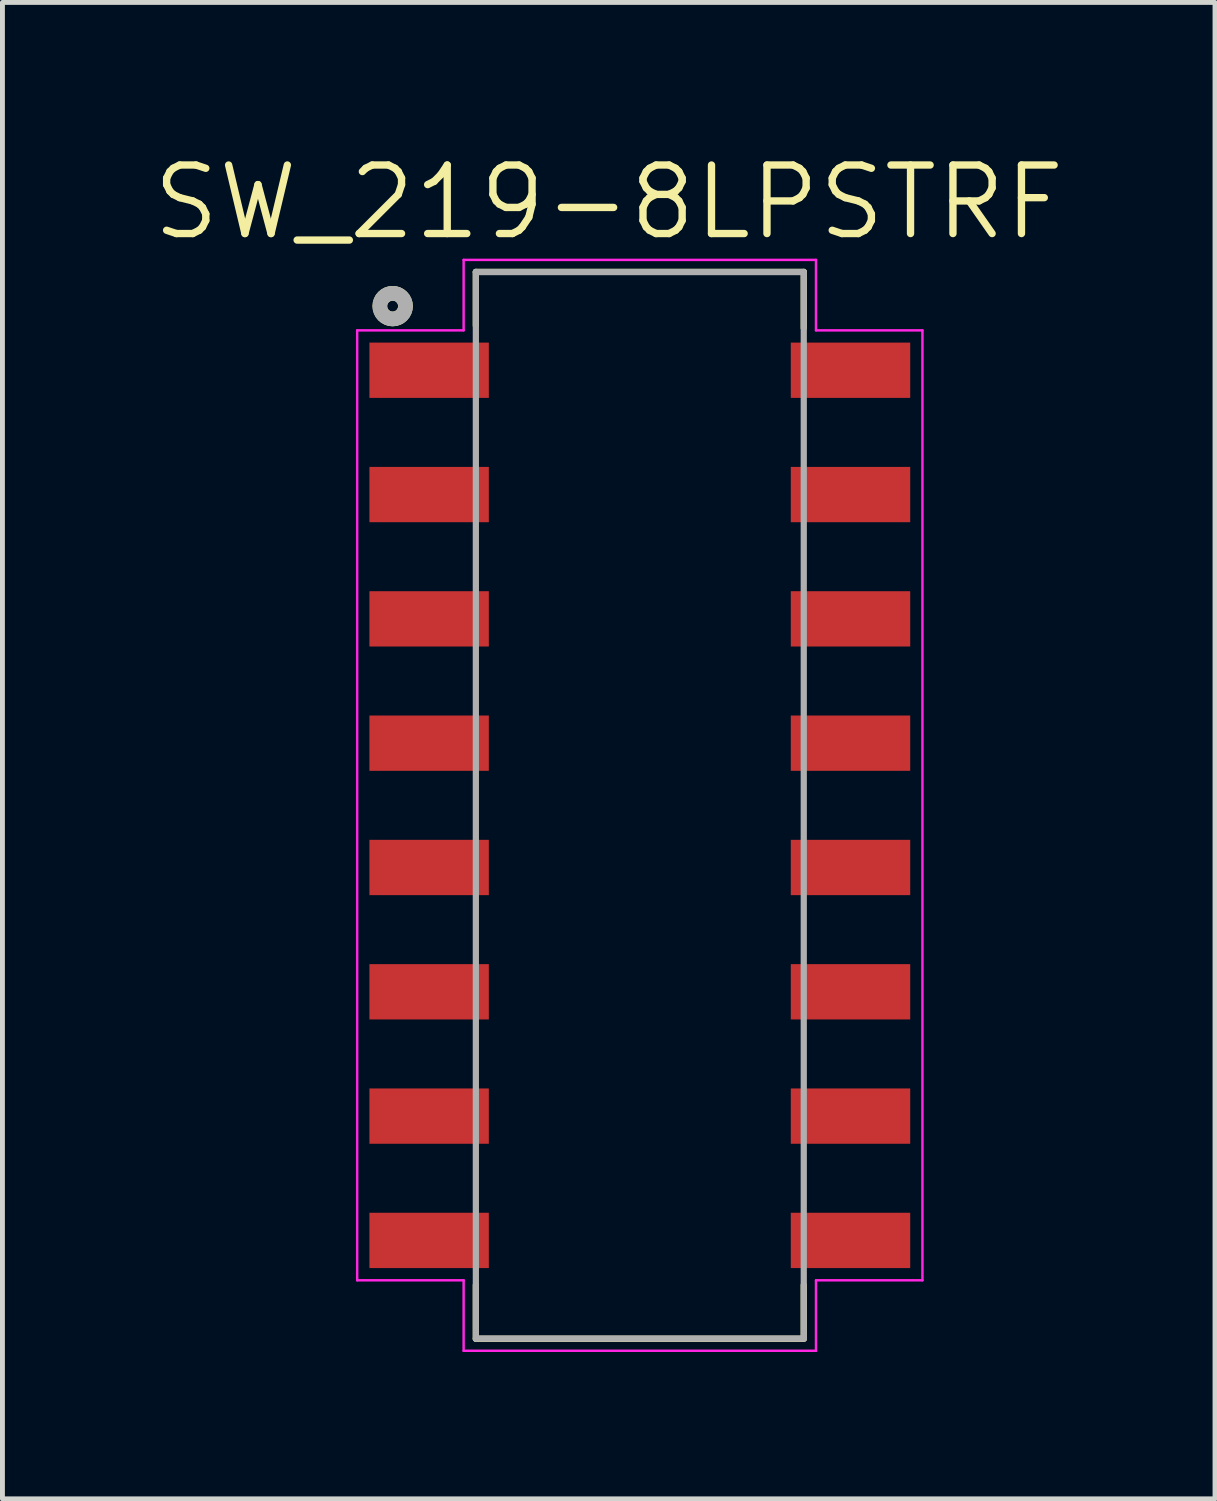
<source format=kicad_pcb>
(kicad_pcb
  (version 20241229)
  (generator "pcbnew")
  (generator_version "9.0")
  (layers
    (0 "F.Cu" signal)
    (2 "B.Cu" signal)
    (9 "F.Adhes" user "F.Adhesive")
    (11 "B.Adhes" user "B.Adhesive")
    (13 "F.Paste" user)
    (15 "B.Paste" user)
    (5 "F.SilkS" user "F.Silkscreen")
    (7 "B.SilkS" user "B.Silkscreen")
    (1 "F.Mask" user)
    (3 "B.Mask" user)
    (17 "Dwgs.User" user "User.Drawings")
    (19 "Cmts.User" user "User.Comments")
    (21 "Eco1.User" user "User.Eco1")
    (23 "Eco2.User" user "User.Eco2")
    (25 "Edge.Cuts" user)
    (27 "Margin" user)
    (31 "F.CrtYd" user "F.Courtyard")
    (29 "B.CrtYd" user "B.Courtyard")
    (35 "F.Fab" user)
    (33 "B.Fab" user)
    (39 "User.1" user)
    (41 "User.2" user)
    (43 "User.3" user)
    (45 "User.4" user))
  (footprint "SW_219-8LPSTRF"
    (layer "F.Cu")
    (at 10.023 13.405)
    (property "Reference" "SW_219-8LPSTRF" (at -0.635 -12.323 0) (layer "F.SilkS") (effects (font (size 1.4 1.4) (thickness 0.15))))
    (attr through_hole)
    (fp_line (start -3.35 -10.9) (end -3.35 -9.8) (stroke (width 0.127) (type solid)) (layer "F.SilkS"))
    (fp_line (start -3.35 10.9) (end -3.35 9.8) (stroke (width 0.127) (type solid)) (layer "F.SilkS"))
    (fp_line (start 3.35 -10.9) (end -3.35 -10.9) (stroke (width 0.127) (type solid)) (layer "F.SilkS"))
    (fp_line (start 3.35 -9.75) (end 3.35 -10.9) (stroke (width 0.127) (type solid)) (layer "F.SilkS"))
    (fp_line (start 3.35 9.8) (end 3.35 10.9) (stroke (width 0.127) (type solid)) (layer "F.SilkS"))
    (fp_line (start 3.35 10.9) (end -3.35 10.9) (stroke (width 0.127) (type solid)) (layer "F.SilkS"))
    (fp_circle (center -5.05 -10.2) (end -4.938 -10.2) (stroke (width 0.3) (type solid)) (fill no) (layer "F.SilkS"))
    (fp_line (start -5.775 -9.705) (end -3.6 -9.705) (stroke (width 0.05) (type solid)) (layer "F.CrtYd"))
    (fp_line (start -5.775 9.705) (end -5.775 -9.705) (stroke (width 0.05) (type solid)) (layer "F.CrtYd"))
    (fp_line (start -3.6 -11.145) (end 3.6 -11.145) (stroke (width 0.05) (type solid)) (layer "F.CrtYd"))
    (fp_line (start -3.6 -9.705) (end -3.6 -11.145) (stroke (width 0.05) (type solid)) (layer "F.CrtYd"))
    (fp_line (start -3.6 9.705) (end -5.775 9.705) (stroke (width 0.05) (type solid)) (layer "F.CrtYd"))
    (fp_line (start -3.6 11.145) (end -3.6 9.705) (stroke (width 0.05) (type solid)) (layer "F.CrtYd"))
    (fp_line (start 3.6 -11.145) (end 3.6 -9.705) (stroke (width 0.05) (type solid)) (layer "F.CrtYd"))
    (fp_line (start 3.6 -9.705) (end 5.775 -9.705) (stroke (width 0.05) (type solid)) (layer "F.CrtYd"))
    (fp_line (start 3.6 9.705) (end 3.6 11.145) (stroke (width 0.05) (type solid)) (layer "F.CrtYd"))
    (fp_line (start 3.6 11.145) (end -3.6 11.145) (stroke (width 0.05) (type solid)) (layer "F.CrtYd"))
    (fp_line (start 5.775 -9.705) (end 5.775 9.705) (stroke (width 0.05) (type solid)) (layer "F.CrtYd"))
    (fp_line (start 5.775 9.705) (end 3.6 9.705) (stroke (width 0.05) (type solid)) (layer "F.CrtYd"))
    (fp_line (start -3.35 -10.895) (end 3.35 -10.895) (stroke (width 0.127) (type solid)) (layer "F.Fab"))
    (fp_line (start -3.35 10.895) (end -3.35 -10.895) (stroke (width 0.127) (type solid)) (layer "F.Fab"))
    (fp_line (start 3.35 -10.895) (end 3.35 10.895) (stroke (width 0.127) (type solid)) (layer "F.Fab"))
    (fp_line (start 3.35 10.895) (end -3.35 10.895) (stroke (width 0.127) (type solid)) (layer "F.Fab"))
    (fp_circle (center -5.05 -10.2) (end -4.938 -10.2) (stroke (width 0.3) (type solid)) (fill no) (layer "F.Fab"))
    (pad "1" smd rect (at -4.305 -8.89 270) (size 1.13 2.44) (layers "F.Cu" "F.Mask" "F.Paste"))
    (pad "1_1" smd rect (at 4.305 -8.89 270) (size 1.13 2.44) (layers "F.Cu" "F.Mask" "F.Paste"))
    (pad "2" smd rect (at -4.305 -6.35 270) (size 1.13 2.44) (layers "F.Cu" "F.Mask" "F.Paste"))
    (pad "2_1" smd rect (at 4.305 -6.35 270) (size 1.13 2.44) (layers "F.Cu" "F.Mask" "F.Paste"))
    (pad "3" smd rect (at -4.305 -3.81 270) (size 1.13 2.44) (layers "F.Cu" "F.Mask" "F.Paste"))
    (pad "3_1" smd rect (at 4.305 -3.81 270) (size 1.13 2.44) (layers "F.Cu" "F.Mask" "F.Paste"))
    (pad "4" smd rect (at -4.305 -1.27 270) (size 1.13 2.44) (layers "F.Cu" "F.Mask" "F.Paste"))
    (pad "4_1" smd rect (at 4.305 -1.27 270) (size 1.13 2.44) (layers "F.Cu" "F.Mask" "F.Paste"))
    (pad "5" smd rect (at -4.305 1.27 270) (size 1.13 2.44) (layers "F.Cu" "F.Mask" "F.Paste"))
    (pad "5_1" smd rect (at 4.305 1.27 270) (size 1.13 2.44) (layers "F.Cu" "F.Mask" "F.Paste"))
    (pad "6" smd rect (at -4.305 3.81 270) (size 1.13 2.44) (layers "F.Cu" "F.Mask" "F.Paste"))
    (pad "6_1" smd rect (at 4.305 3.81 270) (size 1.13 2.44) (layers "F.Cu" "F.Mask" "F.Paste"))
    (pad "7" smd rect (at -4.305 6.35 270) (size 1.13 2.44) (layers "F.Cu" "F.Mask" "F.Paste"))
    (pad "7_1" smd rect (at 4.305 6.35 270) (size 1.13 2.44) (layers "F.Cu" "F.Mask" "F.Paste"))
    (pad "8" smd rect (at -4.305 8.89 270) (size 1.13 2.44) (layers "F.Cu" "F.Mask" "F.Paste"))
    (pad "8_1" smd rect (at 4.305 8.89 270) (size 1.13 2.44) (layers "F.Cu" "F.Mask" "F.Paste")))
  (gr_rect
    (start -3 -3)
    (end 21.776 27.575)
    (stroke (width 0.1) (type default))
    (fill no)
    (layer "Edge.Cuts")))
</source>
